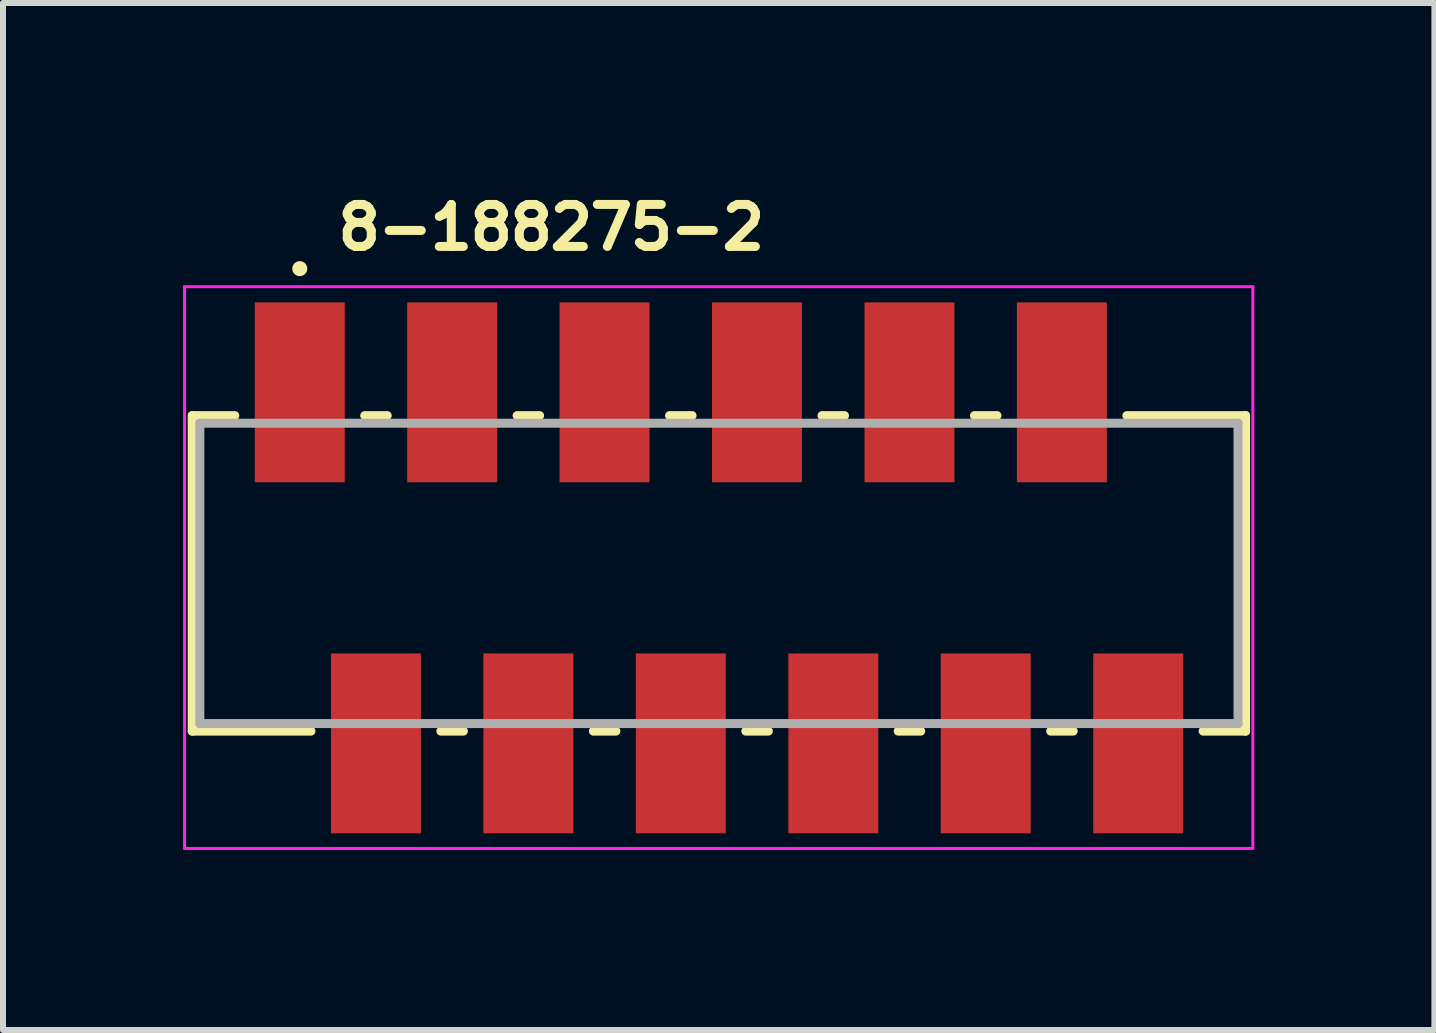
<source format=kicad_pcb>
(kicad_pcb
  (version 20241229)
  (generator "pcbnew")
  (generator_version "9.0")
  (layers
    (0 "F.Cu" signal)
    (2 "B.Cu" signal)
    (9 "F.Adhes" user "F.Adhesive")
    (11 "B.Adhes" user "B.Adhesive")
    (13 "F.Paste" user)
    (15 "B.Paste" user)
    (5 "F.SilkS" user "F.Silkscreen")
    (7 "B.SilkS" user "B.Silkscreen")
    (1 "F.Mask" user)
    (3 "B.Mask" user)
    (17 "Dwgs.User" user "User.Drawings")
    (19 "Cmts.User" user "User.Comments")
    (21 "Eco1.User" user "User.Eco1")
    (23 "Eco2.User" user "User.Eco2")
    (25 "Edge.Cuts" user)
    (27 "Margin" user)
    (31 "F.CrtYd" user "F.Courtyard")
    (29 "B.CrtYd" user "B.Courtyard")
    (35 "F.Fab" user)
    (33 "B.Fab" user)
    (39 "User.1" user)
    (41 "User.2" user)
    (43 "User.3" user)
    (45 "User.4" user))
  (footprint "8-188275-2"
    (layer "F.Cu")
    (at 1.945 3.487)
    (property "Reference" "8-188275-2" (at 0.559 -2.337 0) (layer "F.SilkS") (effects (font (size 0.7 0.7) (thickness 0.15)) (justify left bottom)))
    (attr smd)
    (fp_line (start -1.792 0.388) (end -1.792 5.645) (stroke (width 0.15) (type solid)) (layer "F.SilkS"))
    (fp_line (start -1.792 5.645) (end 0.186 5.645) (stroke (width 0.15) (type solid)) (layer "F.SilkS"))
    (fp_line (start -1.083 0.388) (end -1.792 0.388) (stroke (width 0.15) (type solid)) (layer "F.SilkS"))
    (fp_line (start 1.457 0.388) (end 1.082 0.388) (stroke (width 0.15) (type solid)) (layer "F.SilkS"))
    (fp_line (start 2.351 5.645) (end 2.726 5.645) (stroke (width 0.15) (type solid)) (layer "F.SilkS"))
    (fp_line (start 3.996 0.388) (end 3.621 0.388) (stroke (width 0.15) (type solid)) (layer "F.SilkS"))
    (fp_line (start 4.892 5.645) (end 5.267 5.645) (stroke (width 0.15) (type solid)) (layer "F.SilkS"))
    (fp_line (start 6.536 0.388) (end 6.161 0.388) (stroke (width 0.15) (type solid)) (layer "F.SilkS"))
    (fp_line (start 7.432 5.645) (end 7.807 5.645) (stroke (width 0.15) (type solid)) (layer "F.SilkS"))
    (fp_line (start 9.076 0.388) (end 8.701 0.388) (stroke (width 0.15) (type solid)) (layer "F.SilkS"))
    (fp_line (start 9.971 5.645) (end 10.346 5.645) (stroke (width 0.15) (type solid)) (layer "F.SilkS"))
    (fp_line (start 11.617 0.388) (end 11.242 0.388) (stroke (width 0.15) (type solid)) (layer "F.SilkS"))
    (fp_line (start 12.512 5.645) (end 12.887 5.645) (stroke (width 0.15) (type solid)) (layer "F.SilkS"))
    (fp_line (start 15.051 5.645) (end 15.759 5.645) (stroke (width 0.15) (type solid)) (layer "F.SilkS"))
    (fp_line (start 15.759 0.388) (end 13.781 0.388) (stroke (width 0.15) (type solid)) (layer "F.SilkS"))
    (fp_line (start 15.759 5.645) (end 15.759 0.388) (stroke (width 0.15) (type solid)) (layer "F.SilkS"))
    (fp_circle (center 0 -2.061) (end 0.05 -2.061) (stroke (width 0.15) (type solid)) (fill yes) (layer "F.SilkS"))
    (fp_line (start -1.92 -1.76) (end -1.92 7.6) (stroke (width 0.05) (type solid)) (layer "F.CrtYd"))
    (fp_line (start -1.92 7.6) (end 15.88 7.6) (stroke (width 0.05) (type solid)) (layer "F.CrtYd"))
    (fp_line (start 15.88 -1.76) (end -1.92 -1.76) (stroke (width 0.05) (type solid)) (layer "F.CrtYd"))
    (fp_line (start 15.88 7.6) (end 15.88 -1.76) (stroke (width 0.05) (type solid)) (layer "F.CrtYd"))
    (fp_line (start -1.665 0.515) (end -1.665 5.519) (stroke (width 0.15) (type solid)) (layer "F.Fab"))
    (fp_line (start -1.665 5.519) (end 15.633 5.519) (stroke (width 0.15) (type solid)) (layer "F.Fab"))
    (fp_line (start 15.633 0.515) (end -1.665 0.515) (stroke (width 0.15) (type solid)) (layer "F.Fab"))
    (fp_line (start 15.633 5.519) (end 15.633 0.515) (stroke (width 0.15) (type solid)) (layer "F.Fab"))
    (pad "1" smd rect (at 0 0) (size 1.499 2.997) (layers "F.Cu" "F.Mask" "F.Paste"))
    (pad "2" smd rect (at 1.269 5.849) (size 1.499 2.997) (layers "F.Cu" "F.Mask" "F.Paste"))
    (pad "3" smd rect (at 2.539 0) (size 1.499 2.997) (layers "F.Cu" "F.Mask" "F.Paste"))
    (pad "4" smd rect (at 3.809 5.849) (size 1.499 2.997) (layers "F.Cu" "F.Mask" "F.Paste"))
    (pad "5" smd rect (at 5.078 0) (size 1.499 2.997) (layers "F.Cu" "F.Mask" "F.Paste"))
    (pad "6" smd rect (at 6.349 5.849) (size 1.499 2.997) (layers "F.Cu" "F.Mask" "F.Paste"))
    (pad "7" smd rect (at 7.618 0) (size 1.499 2.997) (layers "F.Cu" "F.Mask" "F.Paste"))
    (pad "8" smd rect (at 8.89 5.849) (size 1.499 2.997) (layers "F.Cu" "F.Mask" "F.Paste"))
    (pad "9" smd rect (at 10.159 0) (size 1.499 2.997) (layers "F.Cu" "F.Mask" "F.Paste"))
    (pad "10" smd rect (at 11.429 5.849) (size 1.499 2.997) (layers "F.Cu" "F.Mask" "F.Paste"))
    (pad "11" smd rect (at 12.698 0) (size 1.499 2.997) (layers "F.Cu" "F.Mask" "F.Paste"))
    (pad "12" smd rect (at 13.97 5.849) (size 1.499 2.997) (layers "F.Cu" "F.Mask" "F.Paste")))
  (gr_rect
    (start -3 -3)
    (end 20.85 14.112)
    (stroke (width 0.1) (type default))
    (fill no)
    (layer "Edge.Cuts")))
</source>
